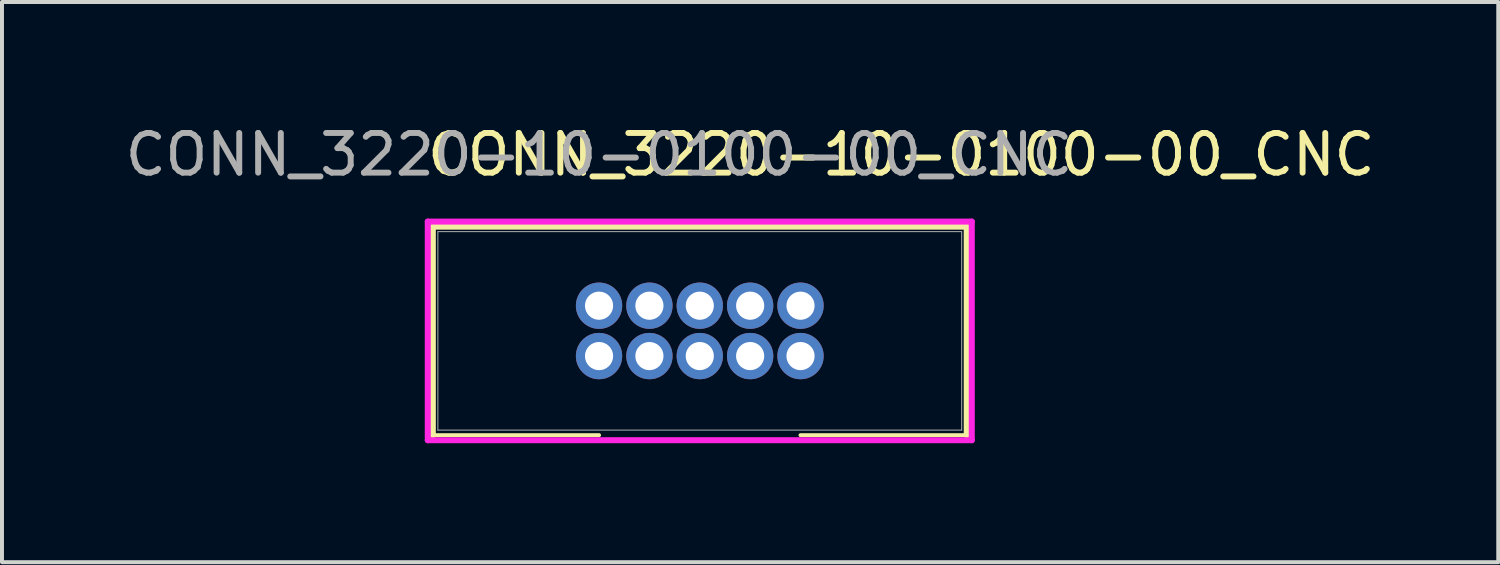
<source format=kicad_pcb>
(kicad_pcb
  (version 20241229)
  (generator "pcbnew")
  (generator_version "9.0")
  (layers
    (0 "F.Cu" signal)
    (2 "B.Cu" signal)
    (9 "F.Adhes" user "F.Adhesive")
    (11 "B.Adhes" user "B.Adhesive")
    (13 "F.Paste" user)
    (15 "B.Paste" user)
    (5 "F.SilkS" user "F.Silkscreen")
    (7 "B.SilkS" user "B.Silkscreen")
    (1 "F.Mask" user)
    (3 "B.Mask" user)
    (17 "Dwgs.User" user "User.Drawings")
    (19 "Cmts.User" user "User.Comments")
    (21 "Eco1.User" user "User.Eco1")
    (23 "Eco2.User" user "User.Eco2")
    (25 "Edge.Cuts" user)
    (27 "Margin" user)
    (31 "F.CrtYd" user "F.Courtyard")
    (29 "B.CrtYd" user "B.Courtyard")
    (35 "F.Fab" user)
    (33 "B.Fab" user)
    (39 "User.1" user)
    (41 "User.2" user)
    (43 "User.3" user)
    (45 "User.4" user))
  (footprint "CONN_3220-10-0100-00_CNC"
    (layer "F.Cu")
    (at 12.054 5.928)
    (property "Reference" "CONN_3220-10-0100-00_CNC" (at 7.62 -5.08 0) (unlocked yes) (layer "F.SilkS") (effects (font (size 1 1) (thickness 0.15))))
    (attr through_hole)
    (fp_line (start -4.191 -3.264) (end -4.191 1.994) (stroke (width 0.152) (type solid)) (layer "F.SilkS"))
    (fp_line (start -4.191 1.994) (end 0 1.994) (stroke (width 0.1) (type default)) (layer "F.SilkS"))
    (fp_line (start 9.271 -3.264) (end -4.191 -3.264) (stroke (width 0.152) (type solid)) (layer "F.SilkS"))
    (fp_line (start 9.271 1.994) (end 5.08 1.994) (stroke (width 0.1) (type default)) (layer "F.SilkS"))
    (fp_line (start 9.271 1.994) (end 9.271 -3.264) (stroke (width 0.152) (type solid)) (layer "F.SilkS"))
    (fp_line (start -4.318 -3.391) (end -4.318 2.121) (stroke (width 0.152) (type solid)) (layer "F.CrtYd"))
    (fp_line (start -4.318 2.121) (end 9.398 2.121) (stroke (width 0.152) (type solid)) (layer "F.CrtYd"))
    (fp_line (start 9.398 -3.391) (end -4.318 -3.391) (stroke (width 0.152) (type solid)) (layer "F.CrtYd"))
    (fp_line (start 9.398 2.121) (end 9.398 -3.391) (stroke (width 0.152) (type solid)) (layer "F.CrtYd"))
    (fp_line (start -4.064 -3.137) (end -4.064 1.867) (stroke (width 0.025) (type solid)) (layer "F.Fab"))
    (fp_line (start -4.064 1.867) (end 9.144 1.867) (stroke (width 0.025) (type solid)) (layer "F.Fab"))
    (fp_line (start 9.144 -3.137) (end -4.064 -3.137) (stroke (width 0.025) (type solid)) (layer "F.Fab"))
    (fp_line (start 9.144 1.867) (end 9.144 -3.137) (stroke (width 0.025) (type solid)) (layer "F.Fab"))
    (fp_text user "${REFERENCE}" (at 0 -5.08 0) (unlocked yes) (layer "F.Fab") (effects (font (size 1 1) (thickness 0.15))))
    (pad "1" thru_hole circle (at 0 0) (size 1.168 1.168) (drill 0.711) (layers "*.Cu" "*.Mask"))
    (pad "2" thru_hole circle (at 0 -1.27) (size 1.168 1.168) (drill 0.711) (layers "*.Cu" "*.Mask"))
    (pad "3" thru_hole circle (at 1.27 0) (size 1.168 1.168) (drill 0.711) (layers "*.Cu" "*.Mask"))
    (pad "4" thru_hole circle (at 1.27 -1.27) (size 1.168 1.168) (drill 0.711) (layers "*.Cu" "*.Mask"))
    (pad "5" thru_hole circle (at 2.54 0) (size 1.168 1.168) (drill 0.711) (layers "*.Cu" "*.Mask"))
    (pad "6" thru_hole circle (at 2.54 -1.27) (size 1.168 1.168) (drill 0.711) (layers "*.Cu" "*.Mask"))
    (pad "7" thru_hole circle (at 3.81 0) (size 1.168 1.168) (drill 0.711) (layers "*.Cu" "*.Mask"))
    (pad "8" thru_hole circle (at 3.81 -1.27) (size 1.168 1.168) (drill 0.711) (layers "*.Cu" "*.Mask"))
    (pad "9" thru_hole circle (at 5.08 0) (size 1.168 1.168) (drill 0.711) (layers "*.Cu" "*.Mask"))
    (pad "10" thru_hole circle (at 5.08 -1.27) (size 1.168 1.168) (drill 0.711) (layers "*.Cu" "*.Mask")))
  (gr_rect
    (start -3 -3)
    (end 34.727 11.125)
    (stroke (width 0.1) (type default))
    (fill no)
    (layer "Edge.Cuts")))
</source>
